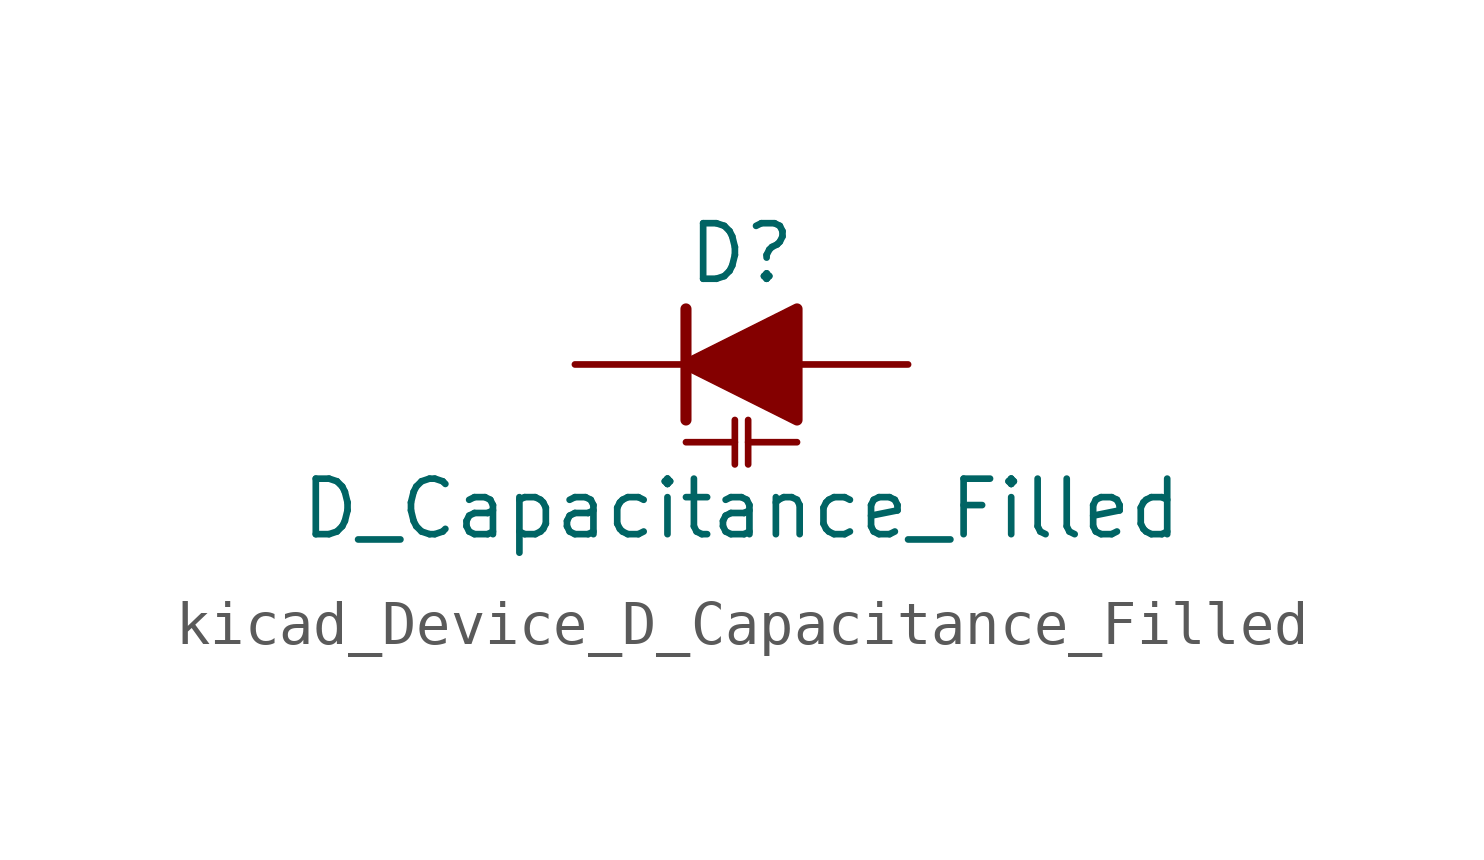
<source format=kicad_sym>
(kicad_symbol_lib
  (version 20220914)
  (generator kicad_symbol_editor)
  (symbol "kicad_Device_D_Capacitance_Filled"
    (pin_numbers hide)
    (pin_names
      (offset 1.016) hide)
    (property "Reference" "D"
      (at 0 2.54 0)
      (effects (font (size 1.27 1.27))))
    (property "Value" "D_Capacitance_Filled"
      (at 0 -3.302 0)
      (effects (font (size 1.27 1.27))))
    (symbol "kicad_Device_D_Capacitance_Filled_0_1"
      (polyline (pts (xy -1.27 -1.778) (xy -0.152 -1.778)) (stroke (width 0) (type default)) (fill (type none)))
      (polyline (pts (xy -1.27 0) (xy 1.27 0)) (stroke (width 0) (type default)) (fill (type none)))
      (polyline (pts (xy -1.27 1.27) (xy -1.27 -1.27)) (stroke (width 0.254) (type default)) (fill (type none)))
      (polyline (pts (xy -0.152 -1.27) (xy -0.152 -2.286)) (stroke (width 0) (type default)) (fill (type none)))
      (polyline (pts (xy 0.152 -1.778) (xy 1.27 -1.778)) (stroke (width 0) (type default)) (fill (type none)))
      (polyline (pts (xy 0.152 -1.27) (xy 0.152 -2.286)) (stroke (width 0) (type default)) (fill (type none)))
      (polyline (pts (xy 1.27 1.27) (xy 1.27 -1.27) (xy -1.27 0) (xy 1.27 1.27)) (stroke (width 0.254) (type default)) (fill (type outline))))
    (symbol "kicad_Device_D_Capacitance_Filled_1_1"
      (pin passive line (at -3.81 0 0) (length 2.54) (name "K" (effects (font (size 1.27 1.27)))) (number "1" (effects (font (size 1.27 1.27)))))
      (pin passive line (at 3.81 0 180) (length 2.54) (name "A" (effects (font (size 1.27 1.27)))) (number "2" (effects (font (size 1.27 1.27))))))))
</source>
